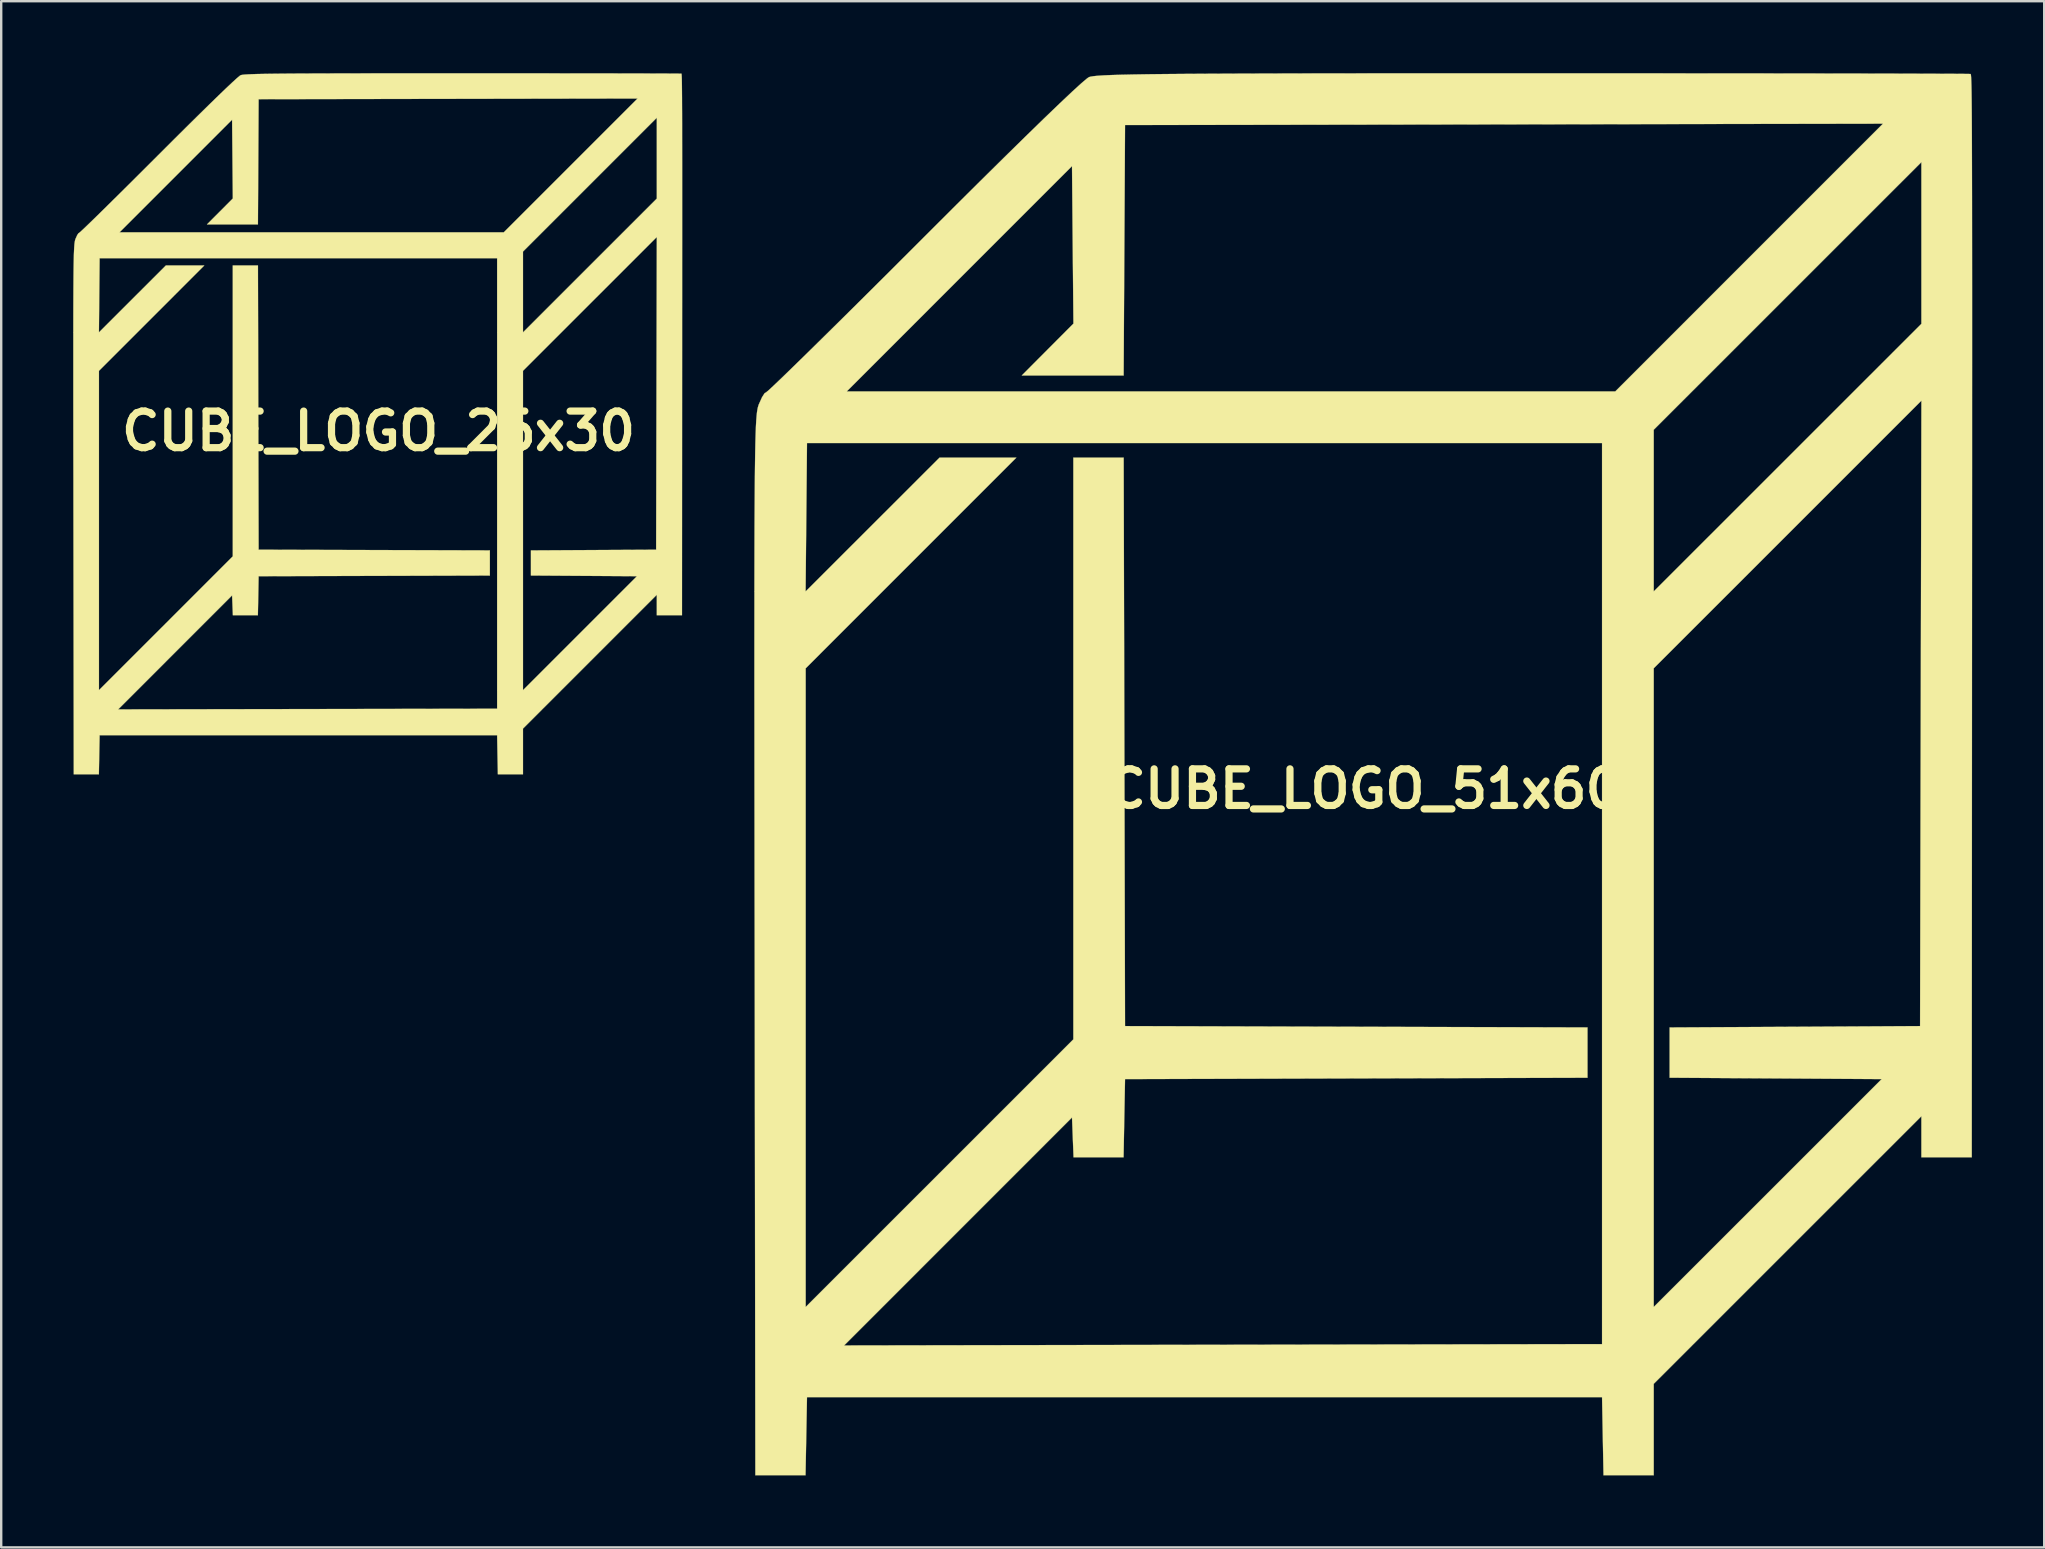
<source format=kicad_pcb>
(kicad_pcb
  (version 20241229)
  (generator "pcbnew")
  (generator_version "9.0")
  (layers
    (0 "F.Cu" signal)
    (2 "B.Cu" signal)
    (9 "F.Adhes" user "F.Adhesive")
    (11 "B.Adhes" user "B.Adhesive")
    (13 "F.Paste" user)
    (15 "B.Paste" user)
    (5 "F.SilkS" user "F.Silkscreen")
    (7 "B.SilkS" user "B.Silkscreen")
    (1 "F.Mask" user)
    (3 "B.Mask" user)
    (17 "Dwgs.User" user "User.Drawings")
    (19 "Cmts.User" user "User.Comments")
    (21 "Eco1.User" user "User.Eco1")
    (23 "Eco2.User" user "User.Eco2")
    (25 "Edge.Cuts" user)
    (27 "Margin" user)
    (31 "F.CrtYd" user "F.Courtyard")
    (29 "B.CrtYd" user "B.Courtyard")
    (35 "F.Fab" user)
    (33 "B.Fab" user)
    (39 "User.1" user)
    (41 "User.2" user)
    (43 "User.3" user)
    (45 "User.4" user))
  (footprint "CUBE_LOGO_51x60"
    (layer "F.Cu")
    (at 53.825 29.824)
    (property "Reference" "CUBE_LOGO_51x60" (at 0 0 0) (layer "F.SilkS") (effects (font (size 1.524 1.524) (thickness 0.3))))
    (attr through_hole)
    (fp_poly (pts (xy 9.033 -29.819) (xy 10.958 -29.818) (xy 12.812 -29.817) (xy 14.581 -29.816) (xy 16.256 -29.815) (xy 17.825 -29.813) (xy 19.275 -29.811) (xy 20.596 -29.809) (xy 21.776 -29.807) (xy 22.803 -29.804) (xy 23.665 -29.801) (xy 24.352 -29.799) (xy 24.851 -29.796) (xy 25.152 -29.793) (xy 25.243 -29.79) (xy 25.251 -29.77) (xy 25.258 -29.72) (xy 25.264 -29.631) (xy 25.27 -29.495) (xy 25.276 -29.302) (xy 25.281 -29.045) (xy 25.285 -28.714) (xy 25.289 -28.301) (xy 25.292 -27.797) (xy 25.295 -27.194) (xy 25.297 -26.481) (xy 25.299 -25.651) (xy 25.301 -24.696) (xy 25.302 -23.605) (xy 25.303 -22.371) (xy 25.304 -20.985) (xy 25.304 -19.438) (xy 25.304 -17.721) (xy 25.303 -15.825) (xy 25.303 -13.742) (xy 25.302 -11.463) (xy 25.301 -8.98) (xy 25.3 -6.709) (xy 25.29 15.35) (xy 23.191 15.35) (xy 23.191 13.64) (xy 17.614 19.216) (xy 12.037 24.792) (xy 12.037 28.603) (xy 9.945 28.603) (xy 9.884 25.345) (xy -23.247 25.345) (xy -23.308 28.603) (xy -25.399 28.603) (xy -25.427 6.543) (xy -25.431 3.946) (xy -25.433 1.561) (xy -25.436 -0.622) (xy -25.437 -2.612) (xy -25.439 -4.418) (xy -25.439 -6.049) (xy -25.438 -7.515) (xy -25.438 -8.227) (xy -23.305 -8.227) (xy -17.723 -13.804) (xy -14.523 -13.804) (xy -23.302 -5.024) (xy -23.302 21.589) (xy -17.725 16.013) (xy -12.148 10.437) (xy -12.148 -13.804) (xy -10.051 -13.804) (xy -10.022 -1.96) (xy -9.994 9.884) (xy 9.277 9.94) (xy 9.277 12.036) (xy -9.994 12.093) (xy -10.025 13.722) (xy -10.055 15.35) (xy -12.139 15.35) (xy -12.203 13.692) (xy -21.7 23.192) (xy -5.908 23.164) (xy 9.884 23.136) (xy 9.884 -5.026) (xy 12.037 -5.026) (xy 12.037 21.589) (xy 16.787 16.841) (xy 21.536 12.093) (xy 17.118 12.064) (xy 12.7 12.035) (xy 12.7 9.941) (xy 17.918 9.913) (xy 23.136 9.884) (xy 23.164 -3.147) (xy 23.192 -16.179) (xy 17.615 -10.602) (xy 12.037 -5.026) (xy 9.884 -5.026) (xy 9.884 -14.412) (xy -23.247 -14.412) (xy -23.305 -8.227) (xy -25.438 -8.227) (xy -25.437 -8.825) (xy -25.435 -9.987) (xy -25.432 -11.012) (xy -25.427 -11.908) (xy -25.422 -12.685) (xy -25.415 -13.352) (xy -25.407 -13.917) (xy -25.398 -14.392) (xy -25.387 -14.784) (xy -25.38 -14.965) (xy 12.037 -14.965) (xy 12.037 -8.228) (xy 17.614 -13.804) (xy 23.191 -19.38) (xy 23.191 -26.117) (xy 17.614 -20.541) (xy 12.037 -14.965) (xy -25.38 -14.965) (xy -25.375 -15.102) (xy -25.361 -15.357) (xy -25.345 -15.557) (xy -25.328 -15.712) (xy -25.309 -15.83) (xy -25.288 -15.921) (xy -25.265 -15.995) (xy -25.248 -16.039) (xy -25.118 -16.325) (xy -25.009 -16.494) (xy -24.965 -16.514) (xy -24.901 -16.565) (xy -21.589 -16.565) (xy 10.437 -16.565) (xy 16.013 -22.143) (xy 21.59 -27.72) (xy -9.994 -27.664) (xy -10.023 -22.446) (xy -10.052 -17.228) (xy -14.297 -17.228) (xy -13.221 -18.308) (xy -12.144 -19.389) (xy -12.174 -22.671) (xy -12.203 -25.953) (xy -21.589 -16.565) (xy -24.901 -16.565) (xy -24.878 -16.583) (xy -24.646 -16.798) (xy -24.281 -17.146) (xy -23.796 -17.617) (xy -23.201 -18.198) (xy -22.508 -18.88) (xy -21.729 -19.649) (xy -20.875 -20.496) (xy -19.958 -21.408) (xy -18.99 -22.374) (xy -18.381 -22.983) (xy -17.165 -24.198) (xy -16.049 -25.307) (xy -15.039 -26.305) (xy -14.142 -27.186) (xy -13.364 -27.943) (xy -12.711 -28.57) (xy -12.19 -29.062) (xy -11.807 -29.411) (xy -11.568 -29.612) (xy -11.496 -29.66) (xy -11.424 -29.681) (xy -11.304 -29.7) (xy -11.127 -29.717) (xy -10.883 -29.733) (xy -10.562 -29.747) (xy -10.154 -29.759) (xy -9.65 -29.77) (xy -9.041 -29.78) (xy -8.315 -29.788) (xy -7.465 -29.795) (xy -6.479 -29.801) (xy -5.348 -29.806) (xy -4.064 -29.81) (xy -2.615 -29.814) (xy -0.992 -29.816) (xy 0.815 -29.818) (xy 2.814 -29.819) (xy 5.017 -29.819) (xy 7.047 -29.819) (xy 9.033 -29.819)) (stroke (width 0.01) (type solid)) (fill yes) (layer "F.SilkS")))
  (footprint "CUBE_LOGO_26x30"
    (layer "F.Cu")
    (at 12.724 14.915)
    (property "Reference" "CUBE_LOGO_26x30" (at 0 0 0) (layer "F.SilkS") (effects (font (size 1.524 1.524) (thickness 0.3))))
    (attr through_hole)
    (fp_poly (pts (xy 4.516 -14.909) (xy 5.479 -14.909) (xy 6.406 -14.909) (xy 7.291 -14.908) (xy 8.128 -14.907) (xy 8.912 -14.906) (xy 9.638 -14.906) (xy 10.298 -14.904) (xy 10.888 -14.903) (xy 11.401 -14.902) (xy 11.833 -14.901) (xy 12.176 -14.899) (xy 12.426 -14.898) (xy 12.576 -14.896) (xy 12.621 -14.895) (xy 12.625 -14.885) (xy 12.629 -14.86) (xy 12.632 -14.815) (xy 12.635 -14.747) (xy 12.638 -14.651) (xy 12.64 -14.523) (xy 12.642 -14.357) (xy 12.644 -14.151) (xy 12.646 -13.899) (xy 12.647 -13.597) (xy 12.649 -13.241) (xy 12.65 -12.826) (xy 12.65 -12.348) (xy 12.651 -11.803) (xy 12.652 -11.186) (xy 12.652 -10.492) (xy 12.652 -9.719) (xy 12.652 -8.86) (xy 12.652 -7.913) (xy 12.651 -6.871) (xy 12.651 -5.732) (xy 12.65 -4.49) (xy 12.65 -3.354) (xy 12.645 7.675) (xy 11.596 7.675) (xy 11.596 6.82) (xy 8.807 9.608) (xy 6.019 12.396) (xy 6.019 14.301) (xy 4.973 14.301) (xy 4.957 13.487) (xy 4.942 12.672) (xy -11.623 12.672) (xy -11.639 13.487) (xy -11.654 14.301) (xy -12.7 14.301) (xy -12.714 3.272) (xy -12.715 1.973) (xy -12.717 0.78) (xy -12.718 -0.311) (xy -12.719 -1.306) (xy -12.719 -2.209) (xy -12.719 -3.025) (xy -12.719 -3.758) (xy -12.719 -4.114) (xy -11.652 -4.114) (xy -10.257 -5.508) (xy -8.862 -6.902) (xy -7.262 -6.902) (xy -9.456 -4.707) (xy -11.651 -2.512) (xy -11.651 10.795) (xy -8.862 8.007) (xy -6.074 5.218) (xy -6.074 -6.902) (xy -5.025 -6.902) (xy -4.997 4.942) (xy -0.179 4.956) (xy 4.638 4.97) (xy 4.638 6.018) (xy -0.179 6.032) (xy -4.997 6.046) (xy -5.012 6.861) (xy -5.028 7.675) (xy -6.069 7.675) (xy -6.102 6.846) (xy -8.476 9.221) (xy -10.85 11.596) (xy -2.954 11.582) (xy 4.942 11.568) (xy 4.942 -2.513) (xy 6.019 -2.513) (xy 6.019 10.795) (xy 10.768 6.046) (xy 6.35 6.017) (xy 6.35 4.971) (xy 8.959 4.956) (xy 11.568 4.942) (xy 11.582 -1.574) (xy 11.596 -8.089) (xy 6.019 -2.513) (xy 4.942 -2.513) (xy 4.942 -7.206) (xy -11.623 -7.206) (xy -11.638 -5.66) (xy -11.652 -4.114) (xy -12.719 -4.114) (xy -12.719 -4.412) (xy -12.718 -4.994) (xy -12.716 -5.506) (xy -12.714 -5.954) (xy -12.711 -6.342) (xy -12.708 -6.676) (xy -12.704 -6.959) (xy -12.699 -7.196) (xy -12.694 -7.392) (xy -12.69 -7.482) (xy 6.019 -7.482) (xy 6.019 -4.114) (xy 8.807 -6.902) (xy 11.596 -9.69) (xy 11.596 -13.059) (xy 6.019 -7.482) (xy -12.69 -7.482) (xy -12.687 -7.551) (xy -12.68 -7.678) (xy -12.673 -7.779) (xy -12.664 -7.856) (xy -12.654 -7.915) (xy -12.644 -7.961) (xy -12.632 -7.997) (xy -12.624 -8.019) (xy -12.559 -8.163) (xy -12.504 -8.247) (xy -12.483 -8.257) (xy -12.45 -8.283) (xy -10.795 -8.283) (xy 5.218 -8.283) (xy 10.795 -13.86) (xy 2.899 -13.846) (xy -4.997 -13.832) (xy -5.026 -8.614) (xy -7.149 -8.614) (xy -6.61 -9.154) (xy -6.072 -9.694) (xy -6.087 -11.335) (xy -6.102 -12.977) (xy -8.448 -10.63) (xy -10.795 -8.283) (xy -12.45 -8.283) (xy -12.439 -8.292) (xy -12.323 -8.399) (xy -12.141 -8.573) (xy -11.898 -8.808) (xy -11.6 -9.099) (xy -11.254 -9.44) (xy -10.864 -9.825) (xy -10.437 -10.248) (xy -9.979 -10.704) (xy -9.495 -11.187) (xy -9.19 -11.492) (xy -8.582 -12.099) (xy -8.024 -12.654) (xy -7.519 -13.153) (xy -7.071 -13.593) (xy -6.682 -13.972) (xy -6.356 -14.285) (xy -6.095 -14.531) (xy -5.903 -14.706) (xy -5.784 -14.806) (xy -5.748 -14.83) (xy -5.712 -14.84) (xy -5.652 -14.85) (xy -5.564 -14.859) (xy -5.441 -14.866) (xy -5.281 -14.873) (xy -5.077 -14.88) (xy -4.825 -14.885) (xy -4.52 -14.89) (xy -4.158 -14.894) (xy -3.732 -14.898) (xy -3.239 -14.901) (xy -2.674 -14.903) (xy -2.032 -14.905) (xy -1.307 -14.907) (xy -0.496 -14.908) (xy 0.407 -14.909) (xy 1.407 -14.909) (xy 2.508 -14.91) (xy 3.524 -14.91) (xy 4.516 -14.909)) (stroke (width 0.01) (type solid)) (fill yes) (layer "F.SilkS")))
  (gr_rect
    (start -3 -3)
    (end 82.134 61.432)
    (stroke (width 0.1) (type default))
    (fill no)
    (layer "Edge.Cuts")))
</source>
